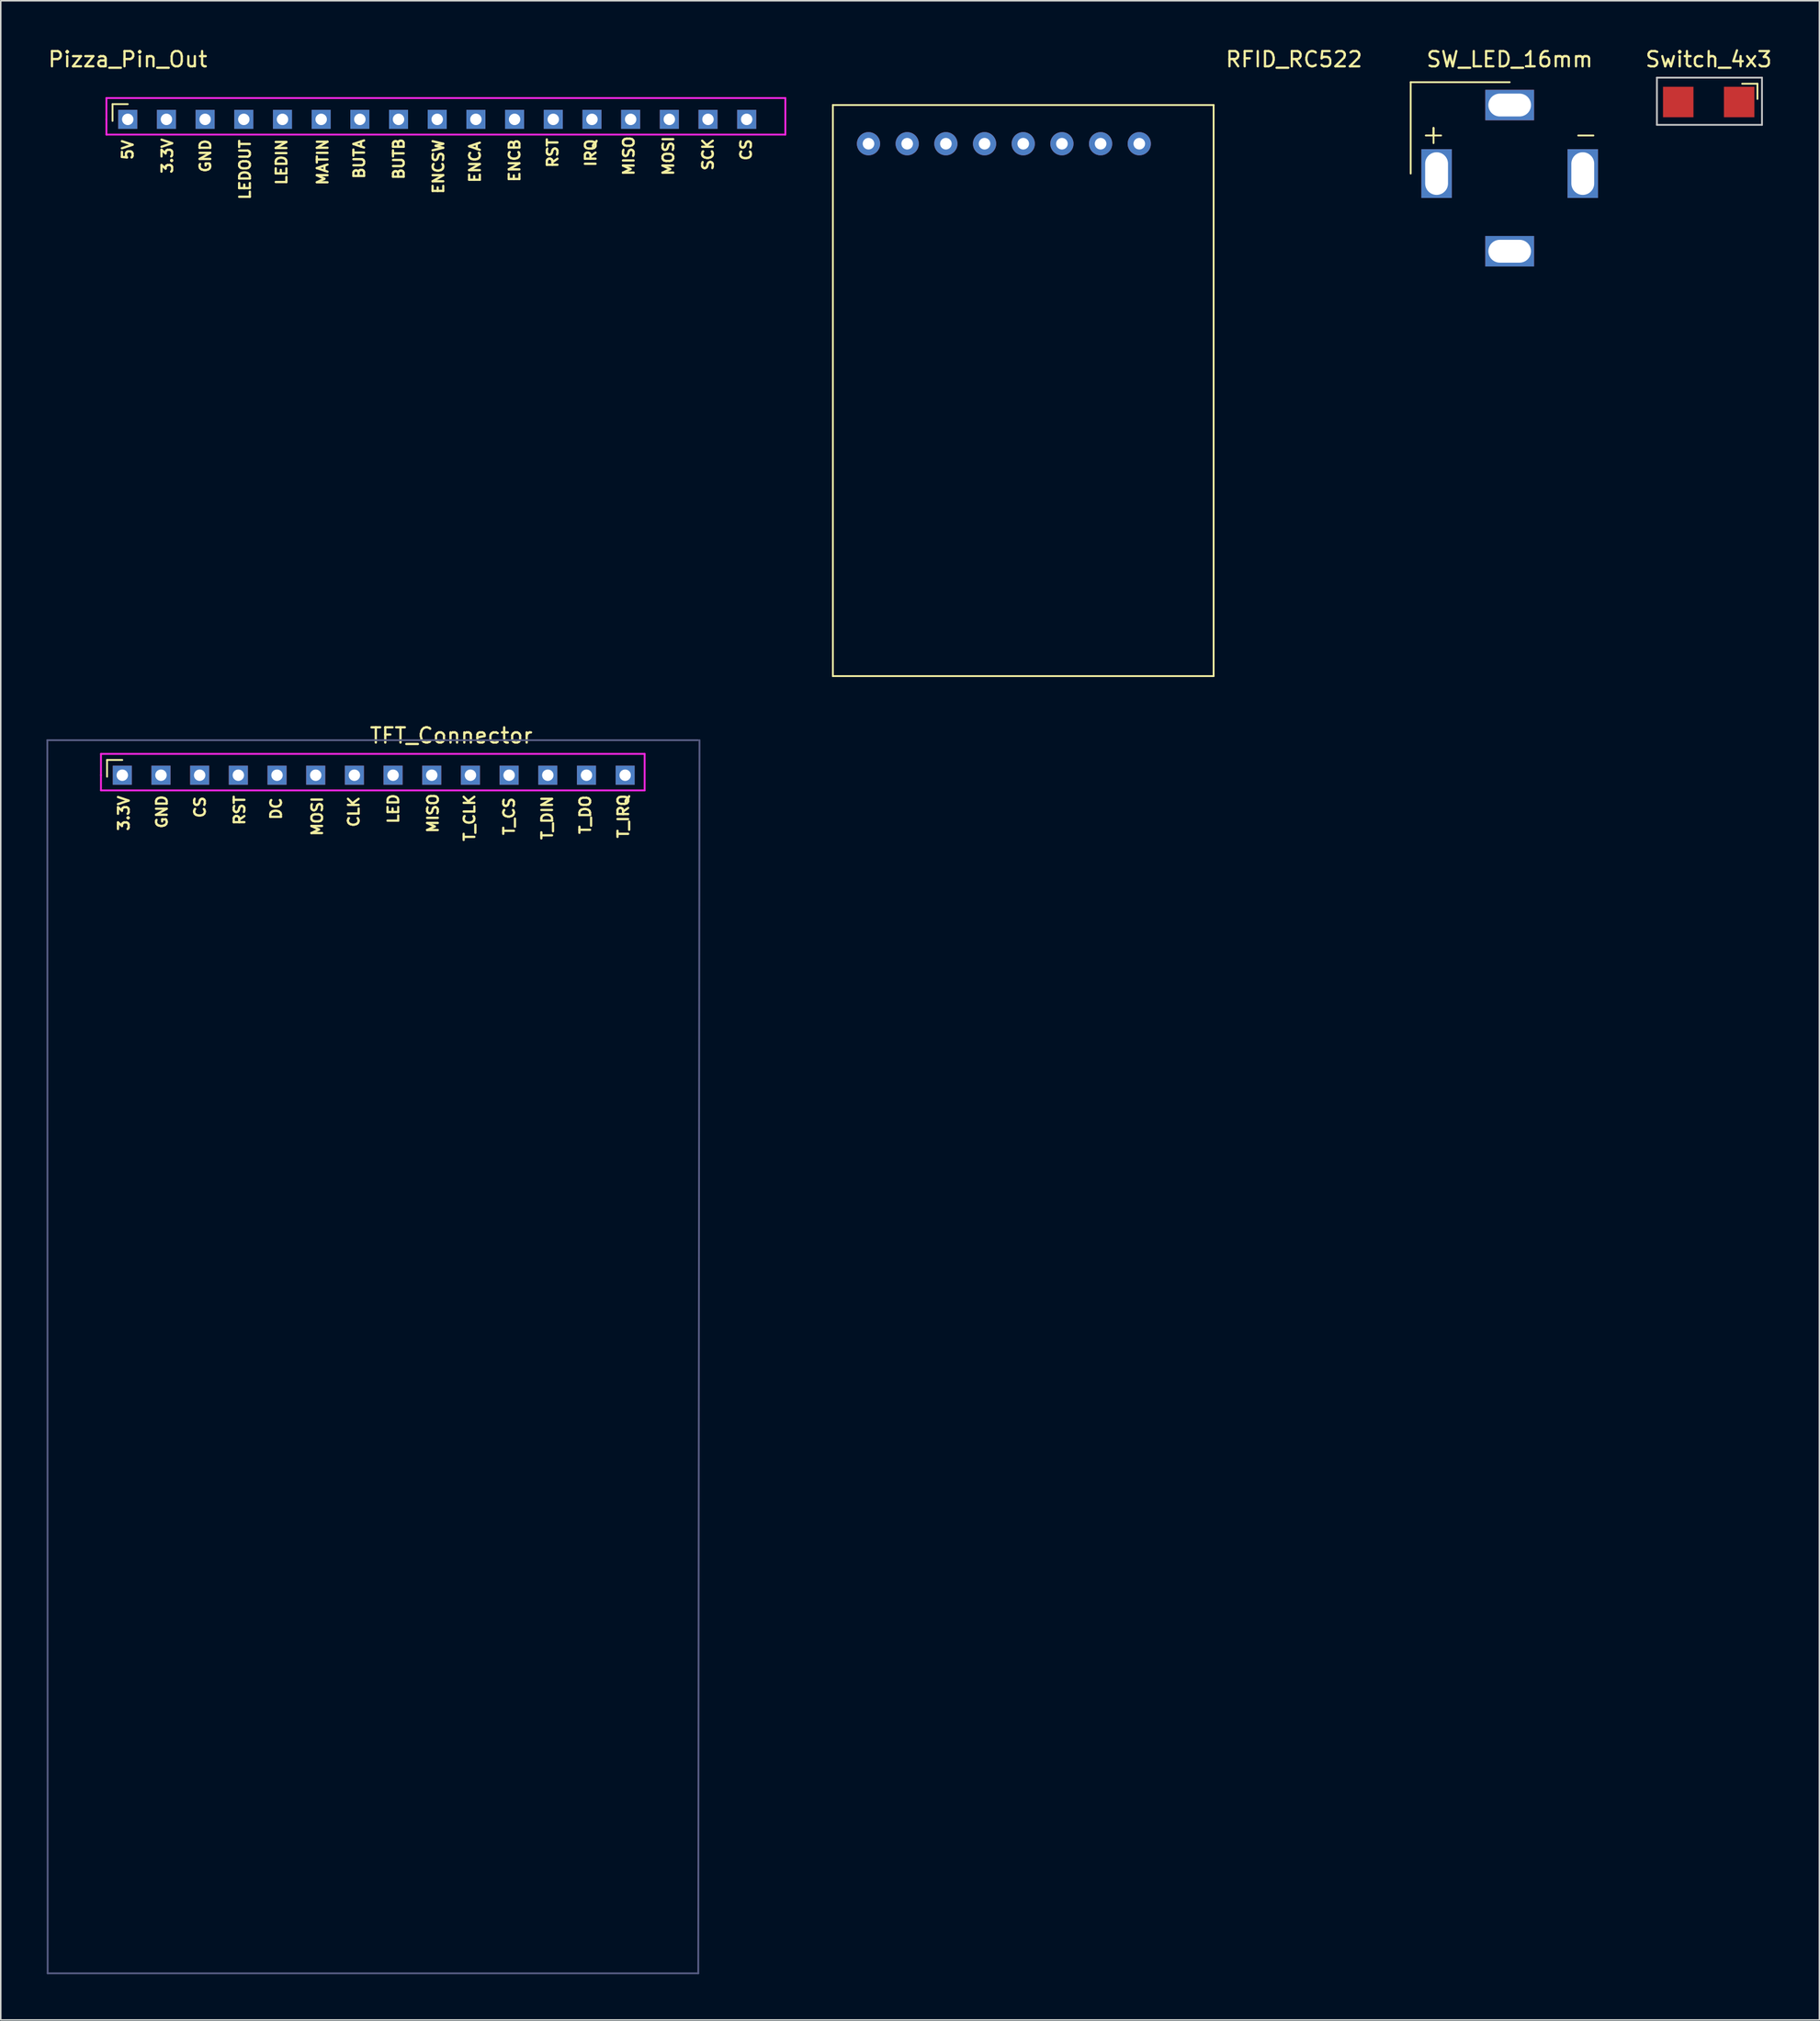
<source format=kicad_pcb>
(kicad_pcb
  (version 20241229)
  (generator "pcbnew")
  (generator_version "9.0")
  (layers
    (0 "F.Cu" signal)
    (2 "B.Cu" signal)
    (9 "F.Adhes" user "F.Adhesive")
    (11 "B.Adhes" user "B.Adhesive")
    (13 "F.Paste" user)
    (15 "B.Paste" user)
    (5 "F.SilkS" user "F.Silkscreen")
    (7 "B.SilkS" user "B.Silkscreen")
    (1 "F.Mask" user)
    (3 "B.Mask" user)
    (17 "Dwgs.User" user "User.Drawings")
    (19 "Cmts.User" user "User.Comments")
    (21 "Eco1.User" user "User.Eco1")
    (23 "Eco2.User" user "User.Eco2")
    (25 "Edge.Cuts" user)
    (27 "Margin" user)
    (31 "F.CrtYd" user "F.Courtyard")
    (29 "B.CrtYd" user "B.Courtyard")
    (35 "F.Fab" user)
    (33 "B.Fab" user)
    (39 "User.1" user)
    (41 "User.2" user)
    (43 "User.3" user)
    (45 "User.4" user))
  (footprint "SW_LED_16mm"
    (layer "F.Cu")
    (at 96.08 3.848)
    (property "Reference" "SW_LED_16mm" (at 0 -3 0) (layer "F.SilkS") (effects (font (size 1 1) (thickness 0.15))))
    (attr through_hole)
    (fp_line (start -6.5 -1.5) (end 0 -1.5) (stroke (width 0.12) (type solid)) (layer "F.SilkS"))
    (fp_line (start -6.5 4.5) (end -6.5 -1.5) (stroke (width 0.12) (type solid)) (layer "F.SilkS"))
    (fp_line (start -5.5 2) (end -4.5 2) (stroke (width 0.12) (type solid)) (layer "F.SilkS"))
    (fp_line (start -5 1.5) (end -5 2) (stroke (width 0.12) (type solid)) (layer "F.SilkS"))
    (fp_line (start -5 2) (end -5.5 2) (stroke (width 0.12) (type solid)) (layer "F.SilkS"))
    (fp_line (start -5 2.5) (end -5 1.5) (stroke (width 0.12) (type solid)) (layer "F.SilkS"))
    (fp_line (start 4.5 2) (end 5.5 2) (stroke (width 0.12) (type solid)) (layer "F.SilkS"))
    (pad "1" thru_hole rect (at 0 0) (size 3.2 2) (drill oval 2.8 1.5) (layers "*.Cu" "*.Mask"))
    (pad "2" thru_hole rect (at 0 9.6) (size 3.2 2) (drill oval 2.8 1.5) (layers "*.Cu" "*.Mask"))
    (pad "3" thru_hole rect (at 4.8 4.5 270) (size 3.2 2) (drill oval 2.8 1.5) (layers "*.Cu" "*.Mask"))
    (pad "4" thru_hole rect (at -4.8 4.5 270) (size 3.2 2) (drill oval 2.8 1.5) (layers "*.Cu" "*.Mask")))
  (footprint "Switch_4x3"
    (layer "F.Cu")
    (at 109.148 2.148)
    (property "Reference" "Switch_4x3" (at 0 -1.3 0) (layer "F.SilkS") (effects (font (size 1 1) (thickness 0.15))))
    (attr through_hole)
    (fp_line (start 2.2 0.3) (end 3.2 0.3) (stroke (width 0.12) (type solid)) (layer "F.SilkS"))
    (fp_line (start 3.2 0.3) (end 3.2 1.3) (stroke (width 0.12) (type solid)) (layer "F.SilkS"))
    (fp_line (start -3.4 -0.1) (end -3.4 3) (stroke (width 0.12) (type solid)) (layer "Dwgs.User"))
    (fp_line (start -3.4 -0.1) (end 3.5 -0.1) (stroke (width 0.12) (type solid)) (layer "Dwgs.User"))
    (fp_line (start -3.4 3) (end 3.5 3) (stroke (width 0.12) (type solid)) (layer "Dwgs.User"))
    (fp_line (start 3.5 -0.1) (end 3.5 3) (stroke (width 0.12) (type solid)) (layer "Dwgs.User"))
    (pad "1" smd rect (at 2 1.5) (size 2 2) (layers "F.Cu" "F.Mask" "F.Paste"))
    (pad "2" smd rect (at -2 1.5) (size 2 2) (layers "F.Cu" "F.Mask" "F.Paste")))
  (footprint "TFT_Connector"
    (layer "F.Cu")
    (at 26.98 47.356)
    (property "Reference" "TFT_Connector" (at -0.4 -2.1 0) (layer "F.SilkS") (effects (font (size 1 1) (thickness 0.15))))
    (attr through_hole)
    (fp_line (start -23 -0.5) (end -22 -0.5) (stroke (width 0.12) (type solid)) (layer "F.SilkS"))
    (fp_line (start -23 0.6) (end -23 -0.5) (stroke (width 0.12) (type solid)) (layer "F.SilkS"))
    (fp_line (start -23.4 -0.9) (end 12.3 -0.9) (stroke (width 0.12) (type solid)) (layer "F.CrtYd"))
    (fp_line (start -23.4 0.5) (end -23.4 -0.9) (stroke (width 0.12) (type solid)) (layer "F.CrtYd"))
    (fp_line (start -23.4 1.5) (end -23.4 0.5) (stroke (width 0.12) (type solid)) (layer "F.CrtYd"))
    (fp_line (start 12.3 -0.9) (end 12.3 1.5) (stroke (width 0.12) (type solid)) (layer "F.CrtYd"))
    (fp_line (start 12.3 1.5) (end -23.4 1.5) (stroke (width 0.12) (type solid)) (layer "F.CrtYd"))
    (fp_line (start -26.92 -1.8) (end 15.8 -1.8) (stroke (width 0.12) (type solid)) (layer "B.Fab"))
    (fp_line (start -26.9 79.18) (end -26.92 -1.8) (stroke (width 0.12) (type solid)) (layer "B.Fab"))
    (fp_line (start -26.9 79.18) (end 15.82 79.18) (stroke (width 0.12) (type solid)) (layer "B.Fab"))
    (fp_line (start 15.9 -1.8) (end 15.82 79.18) (stroke (width 0.12) (type solid)) (layer "B.Fab"))
    (fp_text user "GND" (at -19.4 2.9 90) (layer "F.SilkS") (effects (font (size 0.7 0.7) (thickness 0.15))))
    (fp_text user "RST" (at -14.3 2.8 90) (layer "F.SilkS") (effects (font (size 0.7 0.7) (thickness 0.15))))
    (fp_text user "CS" (at -16.9 2.6 90) (layer "F.SilkS") (effects (font (size 0.7 0.7) (thickness 0.15))))
    (fp_text user "DC" (at -11.9 2.7 90) (layer "F.SilkS") (effects (font (size 0.7 0.7) (thickness 0.15))))
    (fp_text user "LED" (at -4.2 2.7 90) (layer "F.SilkS") (effects (font (size 0.7 0.7) (thickness 0.15))))
    (fp_text user "T_CLK" (at 0.8 3.3 90) (layer "F.SilkS") (effects (font (size 0.7 0.7) (thickness 0.15))))
    (fp_text user "MOSI" (at -9.2 3.2 90) (layer "F.SilkS") (effects (font (size 0.7 0.7) (thickness 0.15))))
    (fp_text user "T_DIN" (at 5.9 3.3 90) (layer "F.SilkS") (effects (font (size 0.7 0.7) (thickness 0.15))))
    (fp_text user "MISO" (at -1.6 3 90) (layer "F.SilkS") (effects (font (size 0.7 0.7) (thickness 0.15))))
    (fp_text user "3.3V" (at -21.9 3 90) (layer "F.SilkS") (effects (font (size 0.7 0.7) (thickness 0.15))))
    (fp_text user "T_DO" (at 8.4 3.1 90) (layer "F.SilkS") (effects (font (size 0.7 0.7) (thickness 0.15))))
    (fp_text user "T_CS" (at 3.4 3.2 90) (layer "F.SilkS") (effects (font (size 0.7 0.7) (thickness 0.15))))
    (fp_text user "T_IRQ" (at 10.9 3.2 90) (layer "F.SilkS") (effects (font (size 0.7 0.7) (thickness 0.15))))
    (fp_text user "CLK" (at -6.8 2.9 90) (layer "F.SilkS") (effects (font (size 0.7 0.7) (thickness 0.15))))
    (pad "1" thru_hole rect (at -22 0.5) (size 1.25 1.25) (drill 0.75) (layers "*.Cu" "*.Mask"))
    (pad "2" thru_hole rect (at -19.46 0.5) (size 1.25 1.25) (drill 0.75) (layers "*.Cu" "*.Mask"))
    (pad "3" thru_hole rect (at -16.92 0.5) (size 1.25 1.25) (drill 0.75) (layers "*.Cu" "*.Mask"))
    (pad "4" thru_hole rect (at -14.38 0.5) (size 1.25 1.25) (drill 0.75) (layers "*.Cu" "*.Mask"))
    (pad "5" thru_hole rect (at -11.84 0.5) (size 1.25 1.25) (drill 0.75) (layers "*.Cu" "*.Mask"))
    (pad "6" thru_hole rect (at -9.3 0.5) (size 1.25 1.25) (drill 0.75) (layers "*.Cu" "*.Mask"))
    (pad "7" thru_hole rect (at -6.76 0.5) (size 1.25 1.25) (drill 0.75) (layers "*.Cu" "*.Mask"))
    (pad "8" thru_hole rect (at -4.22 0.5) (size 1.25 1.25) (drill 0.75) (layers "*.Cu" "*.Mask"))
    (pad "9" thru_hole rect (at -1.68 0.5) (size 1.25 1.25) (drill 0.75) (layers "*.Cu" "*.Mask"))
    (pad "10" thru_hole rect (at 0.86 0.5) (size 1.25 1.25) (drill 0.75) (layers "*.Cu" "*.Mask"))
    (pad "11" thru_hole rect (at 3.4 0.5) (size 1.25 1.25) (drill 0.75) (layers "*.Cu" "*.Mask"))
    (pad "12" thru_hole rect (at 5.94 0.5) (size 1.25 1.25) (drill 0.75) (layers "*.Cu" "*.Mask"))
    (pad "13" thru_hole rect (at 8.48 0.5) (size 1.25 1.25) (drill 0.75) (layers "*.Cu" "*.Mask"))
    (pad "14" thru_hole rect (at 11.02 0.5) (size 1.25 1.25) (drill 0.75) (layers "*.Cu" "*.Mask")))
  (footprint "RFID_RC522"
    (layer "F.Cu")
    (at 81.919 3.848)
    (property "Reference" "RFID_RC522" (at 0 -3 0) (layer "F.SilkS") (effects (font (size 1 1) (thickness 0.15))))
    (attr through_hole)
    (fp_line (start -30.28 0) (end -30.28 37.5) (stroke (width 0.12) (type solid)) (layer "F.SilkS"))
    (fp_line (start -5.28 0) (end -30.28 0) (stroke (width 0.12) (type solid)) (layer "F.SilkS"))
    (fp_line (start -5.28 0) (end -5.28 37.5) (stroke (width 0.12) (type solid)) (layer "F.SilkS"))
    (fp_line (start -5.28 37.5) (end -30.28 37.5) (stroke (width 0.12) (type solid)) (layer "F.SilkS"))
    (pad "1" thru_hole circle (at -10.16 2.54) (size 1.524 1.524) (drill 0.762) (layers "*.Cu" "*.Mask"))
    (pad "2" thru_hole circle (at -12.7 2.54) (size 1.524 1.524) (drill 0.762) (layers "*.Cu" "*.Mask"))
    (pad "3" thru_hole circle (at -15.24 2.54) (size 1.524 1.524) (drill 0.762) (layers "*.Cu" "*.Mask"))
    (pad "4" thru_hole circle (at -17.78 2.54) (size 1.524 1.524) (drill 0.762) (layers "*.Cu" "*.Mask"))
    (pad "5" thru_hole circle (at -20.32 2.54) (size 1.524 1.524) (drill 0.762) (layers "*.Cu" "*.Mask"))
    (pad "6" thru_hole circle (at -22.86 2.54) (size 1.524 1.524) (drill 0.762) (layers "*.Cu" "*.Mask"))
    (pad "7" thru_hole circle (at -25.4 2.54) (size 1.524 1.524) (drill 0.762) (layers "*.Cu" "*.Mask"))
    (pad "8" thru_hole circle (at -27.94 2.54) (size 1.524 1.524) (drill 0.762) (layers "*.Cu" "*.Mask")))
  (footprint "Pizza_Pin_Out"
    (layer "F.Cu")
    (at 5.339 4.788)
    (property "Reference" "Pizza_Pin_Out" (at 0 -3.94 0) (layer "F.SilkS") (effects (font (size 1 1) (thickness 0.15))))
    (attr through_hole)
    (fp_line (start -1 -1) (end 0 -1) (stroke (width 0.12) (type solid)) (layer "F.SilkS"))
    (fp_line (start -1 0.1) (end -1 -1) (stroke (width 0.12) (type solid)) (layer "F.SilkS"))
    (fp_line (start -1.4 -1.4) (end 43.18 -1.4) (stroke (width 0.12) (type solid)) (layer "F.CrtYd"))
    (fp_line (start -1.4 0) (end -1.4 -1.4) (stroke (width 0.12) (type solid)) (layer "F.CrtYd"))
    (fp_line (start -1.4 1) (end -1.4 0) (stroke (width 0.12) (type solid)) (layer "F.CrtYd"))
    (fp_line (start 43.18 -1.4) (end 43.18 1) (stroke (width 0.12) (type solid)) (layer "F.CrtYd"))
    (fp_line (start 43.18 1) (end -1.4 1) (stroke (width 0.12) (type solid)) (layer "F.CrtYd"))
    (fp_text user "ENCB" (at 25.4 2.7 90) (layer "F.SilkS") (effects (font (size 0.7 0.7) (thickness 0.15))))
    (fp_text user "BUTB" (at 17.8 2.6 90) (layer "F.SilkS") (effects (font (size 0.7 0.7) (thickness 0.15))))
    (fp_text user "LEDIN" (at 10.1 2.8 90) (layer "F.SilkS") (effects (font (size 0.7 0.7) (thickness 0.15))))
    (fp_text user "GND" (at 5.1 2.4 90) (layer "F.SilkS") (effects (font (size 0.7 0.7) (thickness 0.15))))
    (fp_text user "3.3V" (at 2.6 2.4 90) (layer "F.SilkS") (effects (font (size 0.7 0.7) (thickness 0.15))))
    (fp_text user "5V" (at 0 2 90) (layer "F.SilkS") (effects (font (size 0.7 0.7) (thickness 0.15))))
    (fp_text user "ENCSW" (at 20.4 3.1 90) (layer "F.SilkS") (effects (font (size 0.7 0.7) (thickness 0.15))))
    (fp_text user "CS" (at 40.6 2 90) (layer "F.SilkS") (effects (font (size 0.7 0.7) (thickness 0.15))))
    (fp_text user "ENCA" (at 22.8 2.8 90) (layer "F.SilkS") (effects (font (size 0.7 0.7) (thickness 0.15))))
    (fp_text user "BUTA" (at 15.2 2.6 90) (layer "F.SilkS") (effects (font (size 0.7 0.7) (thickness 0.15))))
    (fp_text user "MOSI" (at 35.5 2.4 90) (layer "F.SilkS") (effects (font (size 0.7 0.7) (thickness 0.15))))
    (fp_text user "LEDOUT" (at 7.7 3.3 90) (layer "F.SilkS") (effects (font (size 0.7 0.7) (thickness 0.15))))
    (fp_text user "MISO" (at 32.9 2.4 90) (layer "F.SilkS") (effects (font (size 0.7 0.7) (thickness 0.15))))
    (fp_text user "MATIN" (at 12.8 2.8 90) (layer "F.SilkS") (effects (font (size 0.7 0.7) (thickness 0.15))))
    (fp_text user "IRQ" (at 30.4 2.2 90) (layer "F.SilkS") (effects (font (size 0.7 0.7) (thickness 0.15))))
    (fp_text user "SCK" (at 38.1 2.3 90) (layer "F.SilkS") (effects (font (size 0.7 0.7) (thickness 0.15))))
    (fp_text user "RST" (at 27.9 2.2 90) (layer "F.SilkS") (effects (font (size 0.7 0.7) (thickness 0.15))))
    (pad "1" thru_hole rect (at 0 0) (size 1.25 1.25) (drill 0.75) (layers "*.Cu" "*.Mask"))
    (pad "2" thru_hole rect (at 2.54 0) (size 1.25 1.25) (drill 0.75) (layers "*.Cu" "*.Mask"))
    (pad "3" thru_hole rect (at 5.08 0) (size 1.25 1.25) (drill 0.75) (layers "*.Cu" "*.Mask"))
    (pad "4" thru_hole rect (at 7.62 0) (size 1.25 1.25) (drill 0.75) (layers "*.Cu" "*.Mask"))
    (pad "5" thru_hole rect (at 10.16 0) (size 1.25 1.25) (drill 0.75) (layers "*.Cu" "*.Mask"))
    (pad "6" thru_hole rect (at 12.7 0) (size 1.25 1.25) (drill 0.75) (layers "*.Cu" "*.Mask"))
    (pad "7" thru_hole rect (at 15.24 0) (size 1.25 1.25) (drill 0.75) (layers "*.Cu" "*.Mask"))
    (pad "8" thru_hole rect (at 17.78 0) (size 1.25 1.25) (drill 0.75) (layers "*.Cu" "*.Mask"))
    (pad "9" thru_hole rect (at 20.32 0) (size 1.25 1.25) (drill 0.75) (layers "*.Cu" "*.Mask"))
    (pad "10" thru_hole rect (at 22.86 0) (size 1.25 1.25) (drill 0.75) (layers "*.Cu" "*.Mask"))
    (pad "11" thru_hole rect (at 25.4 0) (size 1.25 1.25) (drill 0.75) (layers "*.Cu" "*.Mask"))
    (pad "12" thru_hole rect (at 27.94 0) (size 1.25 1.25) (drill 0.75) (layers "*.Cu" "*.Mask"))
    (pad "13" thru_hole rect (at 30.48 0) (size 1.25 1.25) (drill 0.75) (layers "*.Cu" "*.Mask"))
    (pad "14" thru_hole rect (at 33.02 0) (size 1.25 1.25) (drill 0.75) (layers "*.Cu" "*.Mask"))
    (pad "15" thru_hole rect (at 35.56 0) (size 1.25 1.25) (drill 0.75) (layers "*.Cu" "*.Mask"))
    (pad "16" thru_hole rect (at 38.1 0) (size 1.25 1.25) (drill 0.75) (layers "*.Cu" "*.Mask"))
    (pad "17" thru_hole rect (at 40.64 0) (size 1.25 1.25) (drill 0.75) (layers "*.Cu" "*.Mask")))
  (gr_rect
    (start -3 -3)
    (end 116.416 129.596)
    (stroke (width 0.1) (type default))
    (fill no)
    (layer "Edge.Cuts")))
</source>
